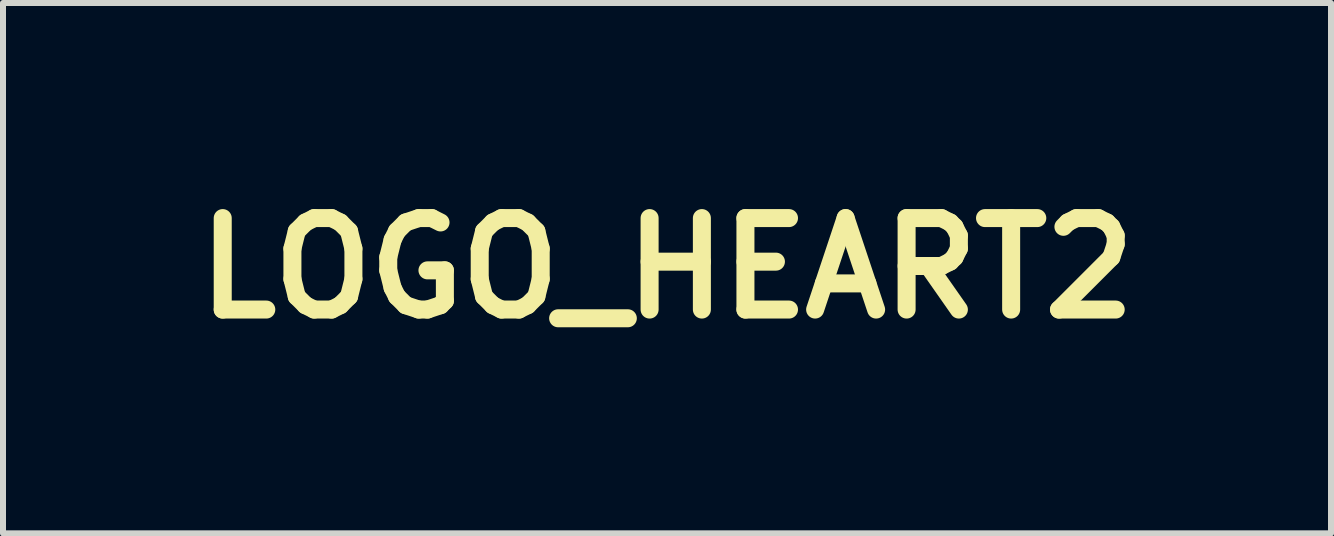
<source format=kicad_pcb>
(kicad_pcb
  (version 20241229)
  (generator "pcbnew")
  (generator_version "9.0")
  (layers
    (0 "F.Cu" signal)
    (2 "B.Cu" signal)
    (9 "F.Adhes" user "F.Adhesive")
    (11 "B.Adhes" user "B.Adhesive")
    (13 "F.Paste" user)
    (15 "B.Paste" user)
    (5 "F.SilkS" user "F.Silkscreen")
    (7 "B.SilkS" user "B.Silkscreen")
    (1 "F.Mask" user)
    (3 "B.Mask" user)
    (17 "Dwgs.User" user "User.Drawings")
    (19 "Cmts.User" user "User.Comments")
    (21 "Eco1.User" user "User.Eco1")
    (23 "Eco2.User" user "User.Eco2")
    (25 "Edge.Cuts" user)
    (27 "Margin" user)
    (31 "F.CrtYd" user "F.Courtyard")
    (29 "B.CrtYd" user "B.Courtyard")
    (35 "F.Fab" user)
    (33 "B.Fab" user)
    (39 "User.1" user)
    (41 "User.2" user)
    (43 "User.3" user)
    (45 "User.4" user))
  (footprint "LOGO_HEART2"
    (layer "F.Cu")
    (at 8.063 1.418)
    (property "Reference" "LOGO_HEART2" (at 0 0 0) (layer "F.SilkS") (effects (font (size 1.524 1.524) (thickness 0.3))))
    (attr through_hole)
    (fp_poly (pts (xy 2.129 -0.468) (xy 2.213 -0.449) (xy 2.287 -0.416) (xy 2.355 -0.369) (xy 2.388 -0.339) (xy 2.446 -0.269) (xy 2.489 -0.193) (xy 2.517 -0.111) (xy 2.529 -0.025) (xy 2.527 0.065) (xy 2.51 0.158) (xy 2.478 0.253) (xy 2.43 0.347) (xy 2.402 0.393) (xy 2.356 0.455) (xy 2.297 0.523) (xy 2.226 0.595) (xy 2.147 0.668) (xy 2.061 0.742) (xy 1.969 0.815) (xy 1.874 0.884) (xy 1.833 0.912) (xy 1.802 0.933) (xy 1.766 0.955) (xy 1.728 0.979) (xy 1.692 1.001) (xy 1.66 1.019) (xy 1.636 1.033) (xy 1.621 1.041) (xy 1.619 1.041) (xy 1.61 1.037) (xy 1.589 1.025) (xy 1.559 1.007) (xy 1.523 0.985) (xy 1.493 0.966) (xy 1.387 0.897) (xy 1.284 0.824) (xy 1.186 0.749) (xy 1.095 0.674) (xy 1.015 0.602) (xy 0.948 0.533) (xy 0.931 0.514) (xy 0.908 0.488) (xy 0.889 0.466) (xy 0.875 0.45) (xy 0.869 0.437) (xy 0.87 0.428) (xy 0.881 0.421) (xy 0.902 0.417) (xy 0.934 0.415) (xy 0.98 0.415) (xy 1.039 0.415) (xy 1.114 0.415) (xy 1.152 0.415) (xy 1.45 0.415) (xy 1.482 0.44) (xy 1.528 0.471) (xy 1.576 0.487) (xy 1.623 0.491) (xy 1.678 0.484) (xy 1.727 0.462) (xy 1.772 0.424) (xy 1.778 0.417) (xy 1.809 0.37) (xy 1.826 0.32) (xy 1.829 0.268) (xy 1.819 0.218) (xy 1.798 0.172) (xy 1.766 0.132) (xy 1.725 0.101) (xy 1.676 0.08) (xy 1.621 0.073) (xy 1.566 0.079) (xy 1.519 0.098) (xy 1.48 0.126) (xy 1.45 0.152) (xy 1.089 0.152) (xy 0.995 0.152) (xy 0.917 0.152) (xy 0.854 0.151) (xy 0.804 0.15) (xy 0.768 0.149) (xy 0.742 0.147) (xy 0.728 0.145) (xy 0.723 0.142) (xy 0.719 0.127) (xy 0.715 0.098) (xy 0.713 0.061) (xy 0.713 0.02) (xy 0.713 -0.022) (xy 0.715 -0.06) (xy 0.718 -0.09) (xy 0.719 -0.095) (xy 0.743 -0.176) (xy 0.782 -0.251) (xy 0.833 -0.318) (xy 0.896 -0.376) (xy 0.968 -0.423) (xy 1.048 -0.456) (xy 1.067 -0.462) (xy 1.106 -0.469) (xy 1.155 -0.473) (xy 1.21 -0.474) (xy 1.263 -0.472) (xy 1.31 -0.467) (xy 1.337 -0.462) (xy 1.413 -0.433) (xy 1.481 -0.392) (xy 1.538 -0.339) (xy 1.583 -0.276) (xy 1.593 -0.258) (xy 1.619 -0.204) (xy 1.645 -0.257) (xy 1.665 -0.29) (xy 1.692 -0.326) (xy 1.719 -0.357) (xy 1.774 -0.404) (xy 1.835 -0.438) (xy 1.903 -0.461) (xy 1.981 -0.472) (xy 2.036 -0.474) (xy 2.129 -0.468)) (stroke (width 0.01) (type solid)) (fill yes) (layer "F.Mask"))
    (fp_poly (pts (xy -0.528 -1.347) (xy -0.519 -1.34) (xy -0.516 -1.335) (xy -0.513 -1.326) (xy -0.51 -1.31) (xy -0.505 -1.288) (xy -0.5 -1.259) (xy -0.495 -1.222) (xy -0.488 -1.175) (xy -0.48 -1.119) (xy -0.47 -1.053) (xy -0.46 -0.975) (xy -0.448 -0.885) (xy -0.434 -0.782) (xy -0.419 -0.665) (xy -0.401 -0.534) (xy -0.382 -0.388) (xy -0.361 -0.226) (xy -0.361 -0.224) (xy -0.344 -0.09) (xy -0.327 0.041) (xy -0.31 0.165) (xy -0.295 0.283) (xy -0.281 0.394) (xy -0.267 0.496) (xy -0.255 0.589) (xy -0.244 0.671) (xy -0.235 0.741) (xy -0.227 0.799) (xy -0.221 0.844) (xy -0.217 0.873) (xy -0.214 0.888) (xy -0.214 0.889) (xy -0.209 0.896) (xy -0.206 0.892) (xy -0.204 0.883) (xy -0.199 0.858) (xy -0.19 0.819) (xy -0.179 0.767) (xy -0.166 0.704) (xy -0.151 0.631) (xy -0.134 0.549) (xy -0.115 0.46) (xy -0.096 0.365) (xy -0.075 0.264) (xy -0.073 0.254) (xy -0.048 0.135) (xy -0.027 0.032) (xy -0.008 -0.056) (xy 0.008 -0.131) (xy 0.021 -0.194) (xy 0.033 -0.246) (xy 0.042 -0.288) (xy 0.05 -0.321) (xy 0.057 -0.346) (xy 0.063 -0.365) (xy 0.067 -0.377) (xy 0.072 -0.386) (xy 0.075 -0.391) (xy 0.076 -0.391) (xy 0.105 -0.405) (xy 0.134 -0.402) (xy 0.149 -0.395) (xy 0.157 -0.383) (xy 0.171 -0.356) (xy 0.19 -0.313) (xy 0.214 -0.256) (xy 0.243 -0.184) (xy 0.277 -0.099) (xy 0.284 -0.081) (xy 0.402 0.22) (xy 0.962 0.22) (xy 1.074 0.22) (xy 1.17 0.22) (xy 1.252 0.22) (xy 1.321 0.219) (xy 1.377 0.219) (xy 1.422 0.218) (xy 1.458 0.217) (xy 1.485 0.216) (xy 1.505 0.214) (xy 1.518 0.213) (xy 1.527 0.211) (xy 1.532 0.208) (xy 1.533 0.207) (xy 1.563 0.183) (xy 1.601 0.171) (xy 1.643 0.173) (xy 1.674 0.184) (xy 1.702 0.205) (xy 1.722 0.237) (xy 1.732 0.274) (xy 1.732 0.301) (xy 1.717 0.339) (xy 1.692 0.368) (xy 1.659 0.387) (xy 1.622 0.395) (xy 1.584 0.391) (xy 1.55 0.372) (xy 1.546 0.368) (xy 1.523 0.347) (xy 0.937 0.347) (xy 0.816 0.347) (xy 0.711 0.347) (xy 0.621 0.346) (xy 0.546 0.346) (xy 0.483 0.345) (xy 0.432 0.344) (xy 0.393 0.343) (xy 0.364 0.341) (xy 0.344 0.339) (xy 0.333 0.337) (xy 0.331 0.336) (xy 0.323 0.33) (xy 0.315 0.319) (xy 0.304 0.299) (xy 0.291 0.271) (xy 0.274 0.232) (xy 0.253 0.18) (xy 0.227 0.114) (xy 0.226 0.11) (xy 0.2 0.045) (xy 0.18 -0.007) (xy 0.164 -0.045) (xy 0.153 -0.073) (xy 0.145 -0.092) (xy 0.14 -0.104) (xy 0.136 -0.109) (xy 0.134 -0.111) (xy 0.132 -0.11) (xy 0.132 -0.109) (xy 0.13 -0.101) (xy 0.124 -0.076) (xy 0.116 -0.038) (xy 0.105 0.013) (xy 0.092 0.076) (xy 0.076 0.149) (xy 0.059 0.232) (xy 0.04 0.323) (xy 0.02 0.42) (xy -0.001 0.523) (xy -0.017 0.597) (xy -0.039 0.704) (xy -0.06 0.806) (xy -0.08 0.902) (xy -0.098 0.992) (xy -0.115 1.073) (xy -0.13 1.144) (xy -0.142 1.205) (xy -0.153 1.253) (xy -0.16 1.288) (xy -0.165 1.309) (xy -0.166 1.314) (xy -0.181 1.338) (xy -0.206 1.352) (xy -0.235 1.355) (xy -0.263 1.346) (xy -0.266 1.344) (xy -0.268 1.342) (xy -0.27 1.34) (xy -0.272 1.337) (xy -0.275 1.333) (xy -0.277 1.326) (xy -0.28 1.315) (xy -0.283 1.3) (xy -0.286 1.28) (xy -0.29 1.255) (xy -0.295 1.223) (xy -0.301 1.183) (xy -0.307 1.135) (xy -0.315 1.079) (xy -0.324 1.012) (xy -0.334 0.935) (xy -0.346 0.846) (xy -0.359 0.745) (xy -0.374 0.632) (xy -0.39 0.504) (xy -0.409 0.362) (xy -0.429 0.204) (xy -0.445 0.085) (xy -0.461 -0.041) (xy -0.477 -0.162) (xy -0.492 -0.278) (xy -0.506 -0.387) (xy -0.519 -0.488) (xy -0.531 -0.58) (xy -0.542 -0.662) (xy -0.552 -0.733) (xy -0.56 -0.793) (xy -0.566 -0.839) (xy -0.57 -0.87) (xy -0.573 -0.887) (xy -0.573 -0.889) (xy -0.579 -0.896) (xy -0.581 -0.893) (xy -0.583 -0.884) (xy -0.588 -0.859) (xy -0.597 -0.82) (xy -0.608 -0.768) (xy -0.621 -0.704) (xy -0.637 -0.629) (xy -0.654 -0.544) (xy -0.673 -0.451) (xy -0.694 -0.351) (xy -0.716 -0.245) (xy -0.739 -0.134) (xy -0.745 -0.106) (xy -0.773 0.028) (xy -0.797 0.146) (xy -0.818 0.25) (xy -0.837 0.339) (xy -0.854 0.417) (xy -0.868 0.482) (xy -0.88 0.537) (xy -0.891 0.581) (xy -0.9 0.617) (xy -0.908 0.645) (xy -0.915 0.666) (xy -0.922 0.682) (xy -0.928 0.692) (xy -0.935 0.698) (xy -0.941 0.702) (xy -0.948 0.703) (xy -0.955 0.703) (xy -0.961 0.703) (xy -0.972 0.702) (xy -0.981 0.7) (xy -0.99 0.694) (xy -0.999 0.685) (xy -1.009 0.669) (xy -1.019 0.646) (xy -1.032 0.615) (xy -1.046 0.575) (xy -1.063 0.523) (xy -1.084 0.46) (xy -1.108 0.382) (xy -1.137 0.291) (xy -1.14 0.283) (xy -1.164 0.205) (xy -1.187 0.132) (xy -1.207 0.065) (xy -1.225 0.006) (xy -1.24 -0.043) (xy -1.252 -0.081) (xy -1.259 -0.106) (xy -1.262 -0.116) (xy -1.262 -0.116) (xy -1.267 -0.126) (xy -1.27 -0.127) (xy -1.272 -0.127) (xy -1.275 -0.125) (xy -1.277 -0.121) (xy -1.281 -0.111) (xy -1.286 -0.095) (xy -1.292 -0.071) (xy -1.301 -0.036) (xy -1.313 0.01) (xy -1.328 0.069) (xy -1.343 0.129) (xy -1.358 0.191) (xy -1.37 0.238) (xy -1.38 0.273) (xy -1.388 0.297) (xy -1.394 0.314) (xy -1.401 0.324) (xy -1.408 0.331) (xy -1.415 0.335) (xy -1.422 0.338) (xy -1.433 0.34) (xy -1.449 0.342) (xy -1.471 0.343) (xy -1.501 0.344) (xy -1.54 0.345) (xy -1.589 0.346) (xy -1.649 0.346) (xy -1.721 0.346) (xy -1.808 0.346) (xy -1.91 0.345) (xy -1.969 0.345) (xy -2.499 0.343) (xy -2.515 0.323) (xy -2.53 0.294) (xy -2.527 0.265) (xy -2.514 0.242) (xy -2.496 0.22) (xy -1.492 0.22) (xy -1.414 -0.091) (xy -1.396 -0.163) (xy -1.379 -0.229) (xy -1.363 -0.288) (xy -1.349 -0.339) (xy -1.337 -0.378) (xy -1.329 -0.405) (xy -1.323 -0.417) (xy -1.323 -0.417) (xy -1.303 -0.429) (xy -1.276 -0.432) (xy -1.25 -0.427) (xy -1.233 -0.413) (xy -1.227 -0.4) (xy -1.217 -0.371) (xy -1.202 -0.325) (xy -1.182 -0.264) (xy -1.157 -0.188) (xy -1.128 -0.096) (xy -1.094 0.012) (xy -1.055 0.135) (xy -1.012 0.273) (xy -0.998 0.32) (xy -0.987 0.348) (xy -0.978 0.367) (xy -0.97 0.374) (xy -0.966 0.367) (xy -0.965 0.36) (xy -0.964 0.35) (xy -0.959 0.325) (xy -0.951 0.287) (xy -0.941 0.235) (xy -0.928 0.173) (xy -0.914 0.101) (xy -0.897 0.021) (xy -0.879 -0.067) (xy -0.86 -0.16) (xy -0.84 -0.258) (xy -0.82 -0.358) (xy -0.799 -0.46) (xy -0.778 -0.563) (xy -0.757 -0.664) (xy -0.737 -0.763) (xy -0.717 -0.857) (xy -0.699 -0.947) (xy -0.681 -1.03) (xy -0.666 -1.105) (xy -0.652 -1.171) (xy -0.641 -1.226) (xy -0.631 -1.269) (xy -0.625 -1.298) (xy -0.622 -1.313) (xy -0.621 -1.314) (xy -0.607 -1.338) (xy -0.582 -1.352) (xy -0.554 -1.355) (xy -0.528 -1.347)) (stroke (width 0.01) (type solid)) (fill yes) (layer "F.Mask")))
  (gr_rect
    (start -3 -3)
    (end 19.125 5.836)
    (stroke (width 0.1) (type default))
    (fill no)
    (layer "Edge.Cuts")))
</source>
